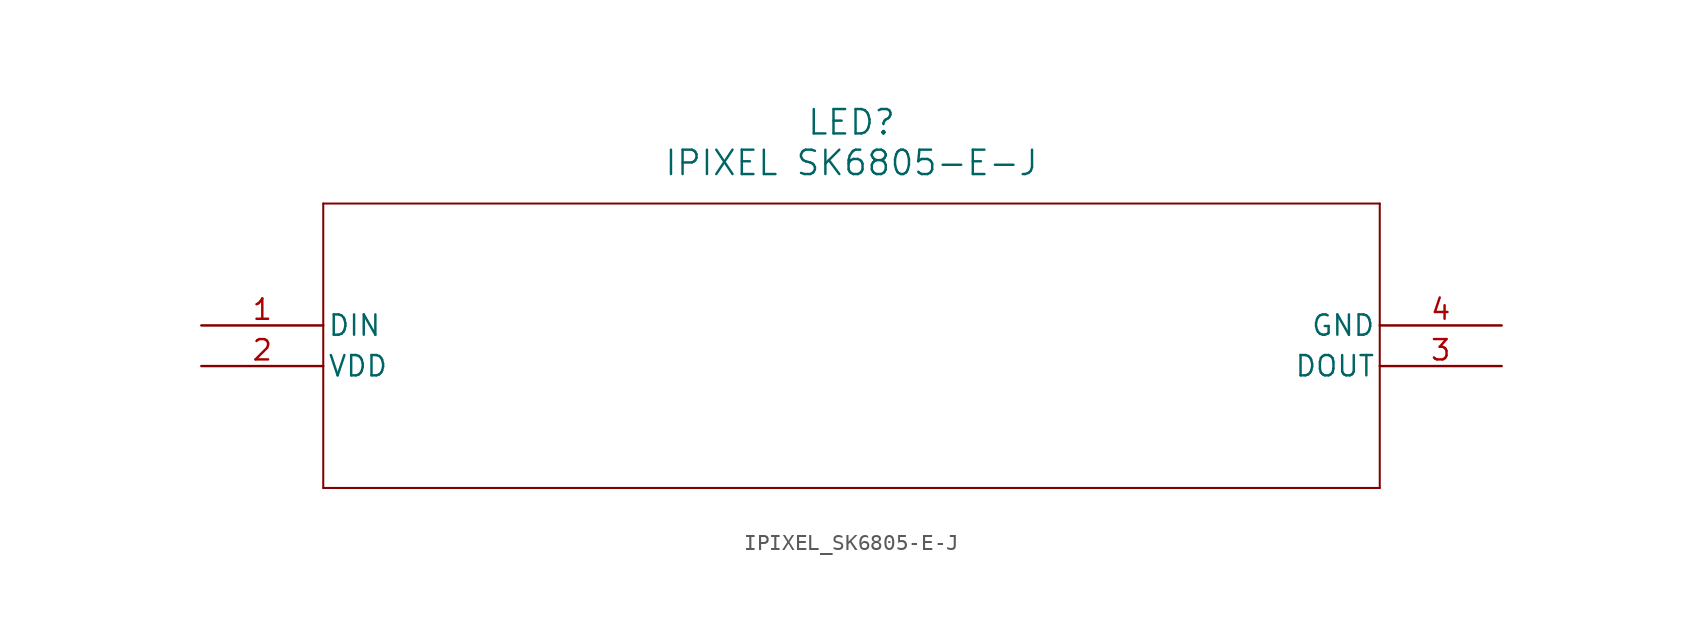
<source format=kicad_sym>
(kicad_symbol_lib
  (version 20211014)
  (generator kicad_symbol_editor)
  (symbol "IPIXEL_SK6805-E-J"
    (pin_names
      (offset 0.254))
    (property "Reference" "LED"
      (at 40.64 12.7 0)
      (effects (font (size 1.524 1.524))))
    (property "Value" "IPIXEL SK6805-E-J"
      (at 40.64 10.16 0)
      (effects (font (size 1.524 1.524))))
    (symbol "IPIXEL_SK6805-E-J_0_1"
      (polyline (pts (xy 7.62 7.62) (xy 7.62 -10.16)) (stroke (width 0.127) (type default) (color 0 0 0 0)) (fill (type none)))
      (polyline (pts (xy 7.62 -10.16) (xy 73.66 -10.16)) (stroke (width 0.127) (type default) (color 0 0 0 0)) (fill (type none)))
      (polyline (pts (xy 73.66 -10.16) (xy 73.66 7.62)) (stroke (width 0.127) (type default) (color 0 0 0 0)) (fill (type none)))
      (polyline (pts (xy 73.66 7.62) (xy 7.62 7.62)) (stroke (width 0.127) (type default) (color 0 0 0 0)) (fill (type none)))
      (pin input line (at 0 0 0) (length 7.62) (name "DIN" (effects (font (size 1.27 1.27)))) (number "1" (effects (font (size 1.27 1.27)))))
      (pin power_in line (at 0 -2.54 0) (length 7.62) (name "VDD" (effects (font (size 1.27 1.27)))) (number "2" (effects (font (size 1.27 1.27)))))
      (pin output line (at 81.28 -2.54 180) (length 7.62) (name "DOUT" (effects (font (size 1.27 1.27)))) (number "3" (effects (font (size 1.27 1.27)))))
      (pin power_out line (at 81.28 0 180) (length 7.62) (name "GND" (effects (font (size 1.27 1.27)))) (number "4" (effects (font (size 1.27 1.27))))))))
</source>
